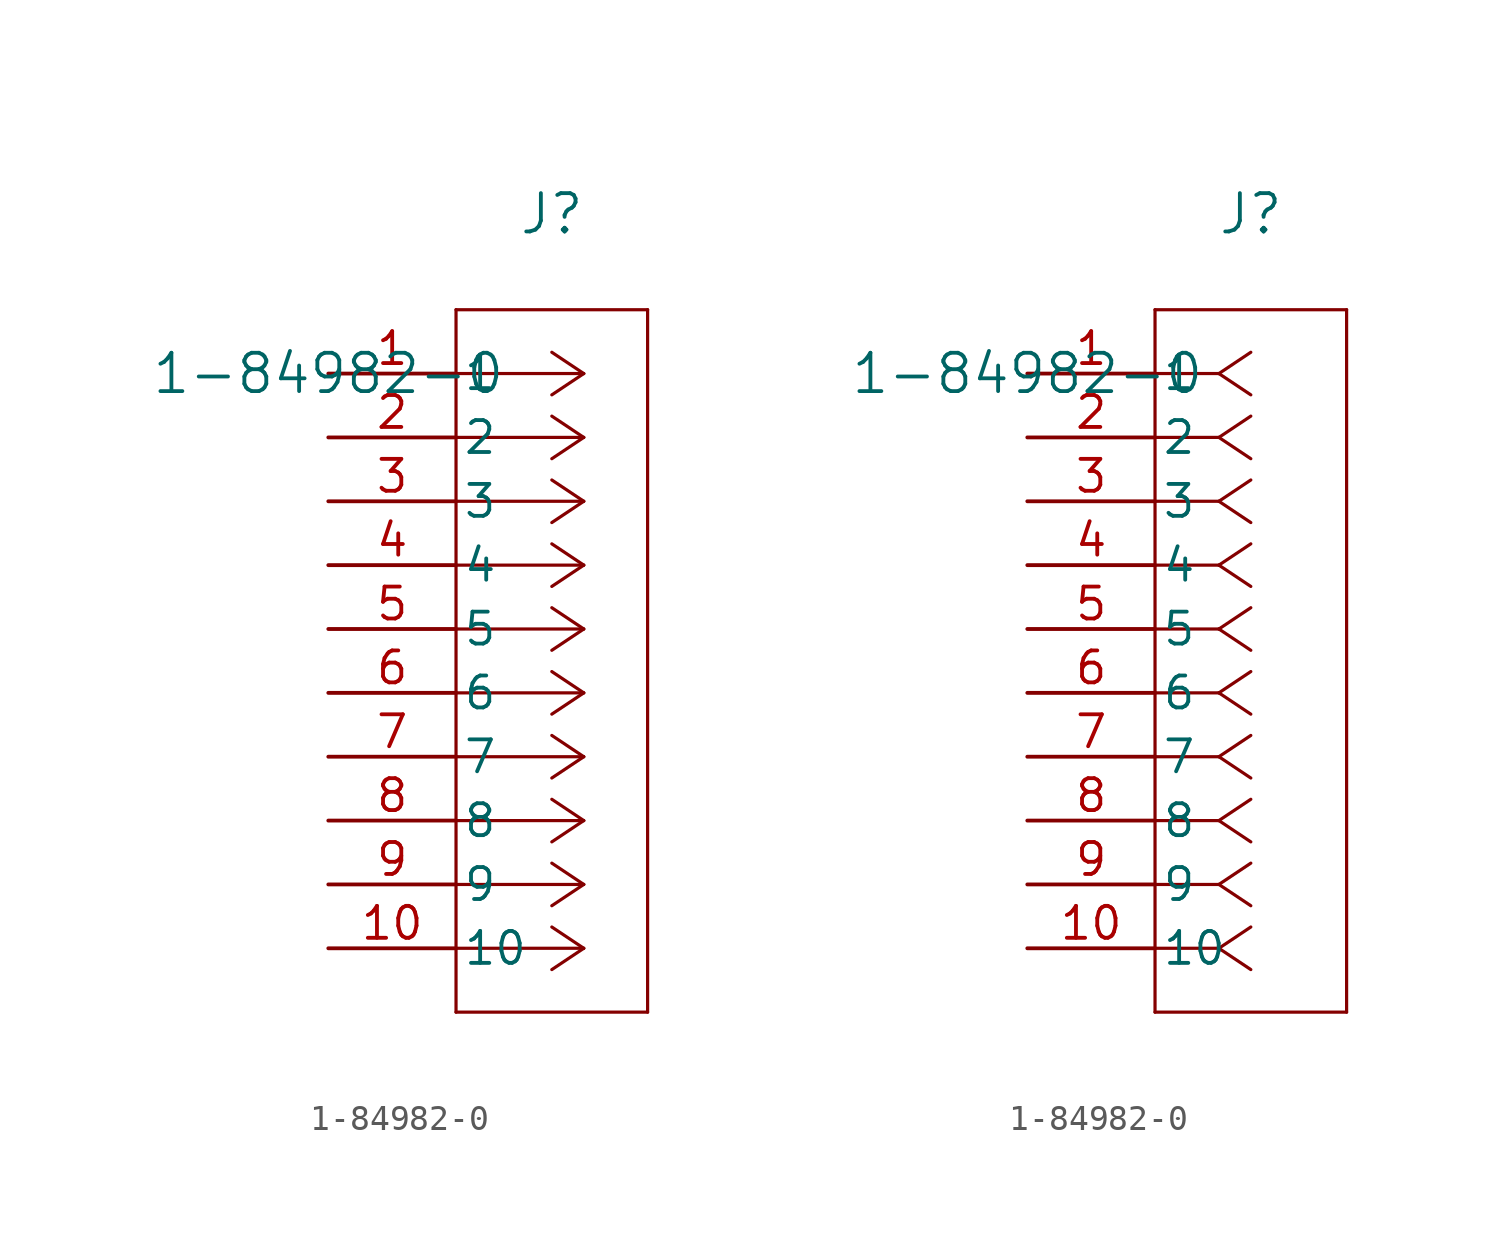
<source format=kicad_sym>
(kicad_symbol_lib
  (version 20241209)
  (generator "kicad_symbol_editor")
  (generator_version "9.0")
  (symbol "1-84982-0"
    (pin_names
      (offset 0.254))
    (property "Reference" "J"
      (at 8.89 6.35 0)
      (effects (font (size 1.524 1.524))))
    (property "Value" "1-84982-0"
      (at 0 0 0)
      (effects (font (size 1.524 1.524))))
    (property "ki_locked" ""
      (at 0 0 0)
      (effects (font (size 1.27 1.27))))
    (symbol "1-84982-0_1_1"
      (polyline (pts (xy 5.08 2.54) (xy 5.08 -25.4)) (stroke (width 0.127) (type default)) (fill (type none)))
      (polyline (pts (xy 5.08 -25.4) (xy 12.7 -25.4)) (stroke (width 0.127) (type default)) (fill (type none)))
      (polyline (pts (xy 10.16 0) (xy 5.08 0)) (stroke (width 0.127) (type default)) (fill (type none)))
      (polyline (pts (xy 10.16 0) (xy 8.89 0.847)) (stroke (width 0.127) (type default)) (fill (type none)))
      (polyline (pts (xy 10.16 0) (xy 8.89 -0.847)) (stroke (width 0.127) (type default)) (fill (type none)))
      (polyline (pts (xy 10.16 -2.54) (xy 5.08 -2.54)) (stroke (width 0.127) (type default)) (fill (type none)))
      (polyline (pts (xy 10.16 -2.54) (xy 8.89 -1.693)) (stroke (width 0.127) (type default)) (fill (type none)))
      (polyline (pts (xy 10.16 -2.54) (xy 8.89 -3.387)) (stroke (width 0.127) (type default)) (fill (type none)))
      (polyline (pts (xy 10.16 -5.08) (xy 5.08 -5.08)) (stroke (width 0.127) (type default)) (fill (type none)))
      (polyline (pts (xy 10.16 -5.08) (xy 8.89 -4.233)) (stroke (width 0.127) (type default)) (fill (type none)))
      (polyline (pts (xy 10.16 -5.08) (xy 8.89 -5.927)) (stroke (width 0.127) (type default)) (fill (type none)))
      (polyline (pts (xy 10.16 -7.62) (xy 5.08 -7.62)) (stroke (width 0.127) (type default)) (fill (type none)))
      (polyline (pts (xy 10.16 -7.62) (xy 8.89 -6.773)) (stroke (width 0.127) (type default)) (fill (type none)))
      (polyline (pts (xy 10.16 -7.62) (xy 8.89 -8.467)) (stroke (width 0.127) (type default)) (fill (type none)))
      (polyline (pts (xy 10.16 -10.16) (xy 5.08 -10.16)) (stroke (width 0.127) (type default)) (fill (type none)))
      (polyline (pts (xy 10.16 -10.16) (xy 8.89 -9.313)) (stroke (width 0.127) (type default)) (fill (type none)))
      (polyline (pts (xy 10.16 -10.16) (xy 8.89 -11.007)) (stroke (width 0.127) (type default)) (fill (type none)))
      (polyline (pts (xy 10.16 -12.7) (xy 5.08 -12.7)) (stroke (width 0.127) (type default)) (fill (type none)))
      (polyline (pts (xy 10.16 -12.7) (xy 8.89 -11.853)) (stroke (width 0.127) (type default)) (fill (type none)))
      (polyline (pts (xy 10.16 -12.7) (xy 8.89 -13.547)) (stroke (width 0.127) (type default)) (fill (type none)))
      (polyline (pts (xy 10.16 -15.24) (xy 5.08 -15.24)) (stroke (width 0.127) (type default)) (fill (type none)))
      (polyline (pts (xy 10.16 -15.24) (xy 8.89 -14.393)) (stroke (width 0.127) (type default)) (fill (type none)))
      (polyline (pts (xy 10.16 -15.24) (xy 8.89 -16.087)) (stroke (width 0.127) (type default)) (fill (type none)))
      (polyline (pts (xy 10.16 -17.78) (xy 5.08 -17.78)) (stroke (width 0.127) (type default)) (fill (type none)))
      (polyline (pts (xy 10.16 -17.78) (xy 8.89 -16.933)) (stroke (width 0.127) (type default)) (fill (type none)))
      (polyline (pts (xy 10.16 -17.78) (xy 8.89 -18.627)) (stroke (width 0.127) (type default)) (fill (type none)))
      (polyline (pts (xy 10.16 -20.32) (xy 5.08 -20.32)) (stroke (width 0.127) (type default)) (fill (type none)))
      (polyline (pts (xy 10.16 -20.32) (xy 8.89 -19.473)) (stroke (width 0.127) (type default)) (fill (type none)))
      (polyline (pts (xy 10.16 -20.32) (xy 8.89 -21.167)) (stroke (width 0.127) (type default)) (fill (type none)))
      (polyline (pts (xy 10.16 -22.86) (xy 5.08 -22.86)) (stroke (width 0.127) (type default)) (fill (type none)))
      (polyline (pts (xy 10.16 -22.86) (xy 8.89 -22.013)) (stroke (width 0.127) (type default)) (fill (type none)))
      (polyline (pts (xy 10.16 -22.86) (xy 8.89 -23.707)) (stroke (width 0.127) (type default)) (fill (type none)))
      (polyline (pts (xy 12.7 2.54) (xy 5.08 2.54)) (stroke (width 0.127) (type default)) (fill (type none)))
      (polyline (pts (xy 12.7 -25.4) (xy 12.7 2.54)) (stroke (width 0.127) (type default)) (fill (type none)))
      (pin unspecified line (at 0 0 0) (length 5.08) (name "1" (effects (font (size 1.27 1.27)))) (number "1" (effects (font (size 1.27 1.27)))))
      (pin unspecified line (at 0 -2.54 0) (length 5.08) (name "2" (effects (font (size 1.27 1.27)))) (number "2" (effects (font (size 1.27 1.27)))))
      (pin unspecified line (at 0 -5.08 0) (length 5.08) (name "3" (effects (font (size 1.27 1.27)))) (number "3" (effects (font (size 1.27 1.27)))))
      (pin unspecified line (at 0 -7.62 0) (length 5.08) (name "4" (effects (font (size 1.27 1.27)))) (number "4" (effects (font (size 1.27 1.27)))))
      (pin unspecified line (at 0 -10.16 0) (length 5.08) (name "5" (effects (font (size 1.27 1.27)))) (number "5" (effects (font (size 1.27 1.27)))))
      (pin unspecified line (at 0 -12.7 0) (length 5.08) (name "6" (effects (font (size 1.27 1.27)))) (number "6" (effects (font (size 1.27 1.27)))))
      (pin unspecified line (at 0 -15.24 0) (length 5.08) (name "7" (effects (font (size 1.27 1.27)))) (number "7" (effects (font (size 1.27 1.27)))))
      (pin unspecified line (at 0 -17.78 0) (length 5.08) (name "8" (effects (font (size 1.27 1.27)))) (number "8" (effects (font (size 1.27 1.27)))))
      (pin unspecified line (at 0 -20.32 0) (length 5.08) (name "9" (effects (font (size 1.27 1.27)))) (number "9" (effects (font (size 1.27 1.27)))))
      (pin unspecified line (at 0 -22.86 0) (length 5.08) (name "10" (effects (font (size 1.27 1.27)))) (number "10" (effects (font (size 1.27 1.27))))))
    (symbol "1-84982-0_1_2"
      (polyline (pts (xy 5.08 2.54) (xy 5.08 -25.4)) (stroke (width 0.127) (type default)) (fill (type none)))
      (polyline (pts (xy 5.08 -25.4) (xy 12.7 -25.4)) (stroke (width 0.127) (type default)) (fill (type none)))
      (polyline (pts (xy 7.62 0) (xy 5.08 0)) (stroke (width 0.127) (type default)) (fill (type none)))
      (polyline (pts (xy 7.62 0) (xy 8.89 0.847)) (stroke (width 0.127) (type default)) (fill (type none)))
      (polyline (pts (xy 7.62 0) (xy 8.89 -0.847)) (stroke (width 0.127) (type default)) (fill (type none)))
      (polyline (pts (xy 7.62 -2.54) (xy 5.08 -2.54)) (stroke (width 0.127) (type default)) (fill (type none)))
      (polyline (pts (xy 7.62 -2.54) (xy 8.89 -1.693)) (stroke (width 0.127) (type default)) (fill (type none)))
      (polyline (pts (xy 7.62 -2.54) (xy 8.89 -3.387)) (stroke (width 0.127) (type default)) (fill (type none)))
      (polyline (pts (xy 7.62 -5.08) (xy 5.08 -5.08)) (stroke (width 0.127) (type default)) (fill (type none)))
      (polyline (pts (xy 7.62 -5.08) (xy 8.89 -4.233)) (stroke (width 0.127) (type default)) (fill (type none)))
      (polyline (pts (xy 7.62 -5.08) (xy 8.89 -5.927)) (stroke (width 0.127) (type default)) (fill (type none)))
      (polyline (pts (xy 7.62 -7.62) (xy 5.08 -7.62)) (stroke (width 0.127) (type default)) (fill (type none)))
      (polyline (pts (xy 7.62 -7.62) (xy 8.89 -6.773)) (stroke (width 0.127) (type default)) (fill (type none)))
      (polyline (pts (xy 7.62 -7.62) (xy 8.89 -8.467)) (stroke (width 0.127) (type default)) (fill (type none)))
      (polyline (pts (xy 7.62 -10.16) (xy 5.08 -10.16)) (stroke (width 0.127) (type default)) (fill (type none)))
      (polyline (pts (xy 7.62 -10.16) (xy 8.89 -9.313)) (stroke (width 0.127) (type default)) (fill (type none)))
      (polyline (pts (xy 7.62 -10.16) (xy 8.89 -11.007)) (stroke (width 0.127) (type default)) (fill (type none)))
      (polyline (pts (xy 7.62 -12.7) (xy 5.08 -12.7)) (stroke (width 0.127) (type default)) (fill (type none)))
      (polyline (pts (xy 7.62 -12.7) (xy 8.89 -11.853)) (stroke (width 0.127) (type default)) (fill (type none)))
      (polyline (pts (xy 7.62 -12.7) (xy 8.89 -13.547)) (stroke (width 0.127) (type default)) (fill (type none)))
      (polyline (pts (xy 7.62 -15.24) (xy 5.08 -15.24)) (stroke (width 0.127) (type default)) (fill (type none)))
      (polyline (pts (xy 7.62 -15.24) (xy 8.89 -14.393)) (stroke (width 0.127) (type default)) (fill (type none)))
      (polyline (pts (xy 7.62 -15.24) (xy 8.89 -16.087)) (stroke (width 0.127) (type default)) (fill (type none)))
      (polyline (pts (xy 7.62 -17.78) (xy 5.08 -17.78)) (stroke (width 0.127) (type default)) (fill (type none)))
      (polyline (pts (xy 7.62 -17.78) (xy 8.89 -16.933)) (stroke (width 0.127) (type default)) (fill (type none)))
      (polyline (pts (xy 7.62 -17.78) (xy 8.89 -18.627)) (stroke (width 0.127) (type default)) (fill (type none)))
      (polyline (pts (xy 7.62 -20.32) (xy 5.08 -20.32)) (stroke (width 0.127) (type default)) (fill (type none)))
      (polyline (pts (xy 7.62 -20.32) (xy 8.89 -19.473)) (stroke (width 0.127) (type default)) (fill (type none)))
      (polyline (pts (xy 7.62 -20.32) (xy 8.89 -21.167)) (stroke (width 0.127) (type default)) (fill (type none)))
      (polyline (pts (xy 7.62 -22.86) (xy 5.08 -22.86)) (stroke (width 0.127) (type default)) (fill (type none)))
      (polyline (pts (xy 7.62 -22.86) (xy 8.89 -22.013)) (stroke (width 0.127) (type default)) (fill (type none)))
      (polyline (pts (xy 7.62 -22.86) (xy 8.89 -23.707)) (stroke (width 0.127) (type default)) (fill (type none)))
      (polyline (pts (xy 12.7 2.54) (xy 5.08 2.54)) (stroke (width 0.127) (type default)) (fill (type none)))
      (polyline (pts (xy 12.7 -25.4) (xy 12.7 2.54)) (stroke (width 0.127) (type default)) (fill (type none)))
      (pin unspecified line (at 0 0 0) (length 5.08) (name "1" (effects (font (size 1.27 1.27)))) (number "1" (effects (font (size 1.27 1.27)))))
      (pin unspecified line (at 0 -2.54 0) (length 5.08) (name "2" (effects (font (size 1.27 1.27)))) (number "2" (effects (font (size 1.27 1.27)))))
      (pin unspecified line (at 0 -5.08 0) (length 5.08) (name "3" (effects (font (size 1.27 1.27)))) (number "3" (effects (font (size 1.27 1.27)))))
      (pin unspecified line (at 0 -7.62 0) (length 5.08) (name "4" (effects (font (size 1.27 1.27)))) (number "4" (effects (font (size 1.27 1.27)))))
      (pin unspecified line (at 0 -10.16 0) (length 5.08) (name "5" (effects (font (size 1.27 1.27)))) (number "5" (effects (font (size 1.27 1.27)))))
      (pin unspecified line (at 0 -12.7 0) (length 5.08) (name "6" (effects (font (size 1.27 1.27)))) (number "6" (effects (font (size 1.27 1.27)))))
      (pin unspecified line (at 0 -15.24 0) (length 5.08) (name "7" (effects (font (size 1.27 1.27)))) (number "7" (effects (font (size 1.27 1.27)))))
      (pin unspecified line (at 0 -17.78 0) (length 5.08) (name "8" (effects (font (size 1.27 1.27)))) (number "8" (effects (font (size 1.27 1.27)))))
      (pin unspecified line (at 0 -20.32 0) (length 5.08) (name "9" (effects (font (size 1.27 1.27)))) (number "9" (effects (font (size 1.27 1.27)))))
      (pin unspecified line (at 0 -22.86 0) (length 5.08) (name "10" (effects (font (size 1.27 1.27)))) (number "10" (effects (font (size 1.27 1.27))))))))
</source>
